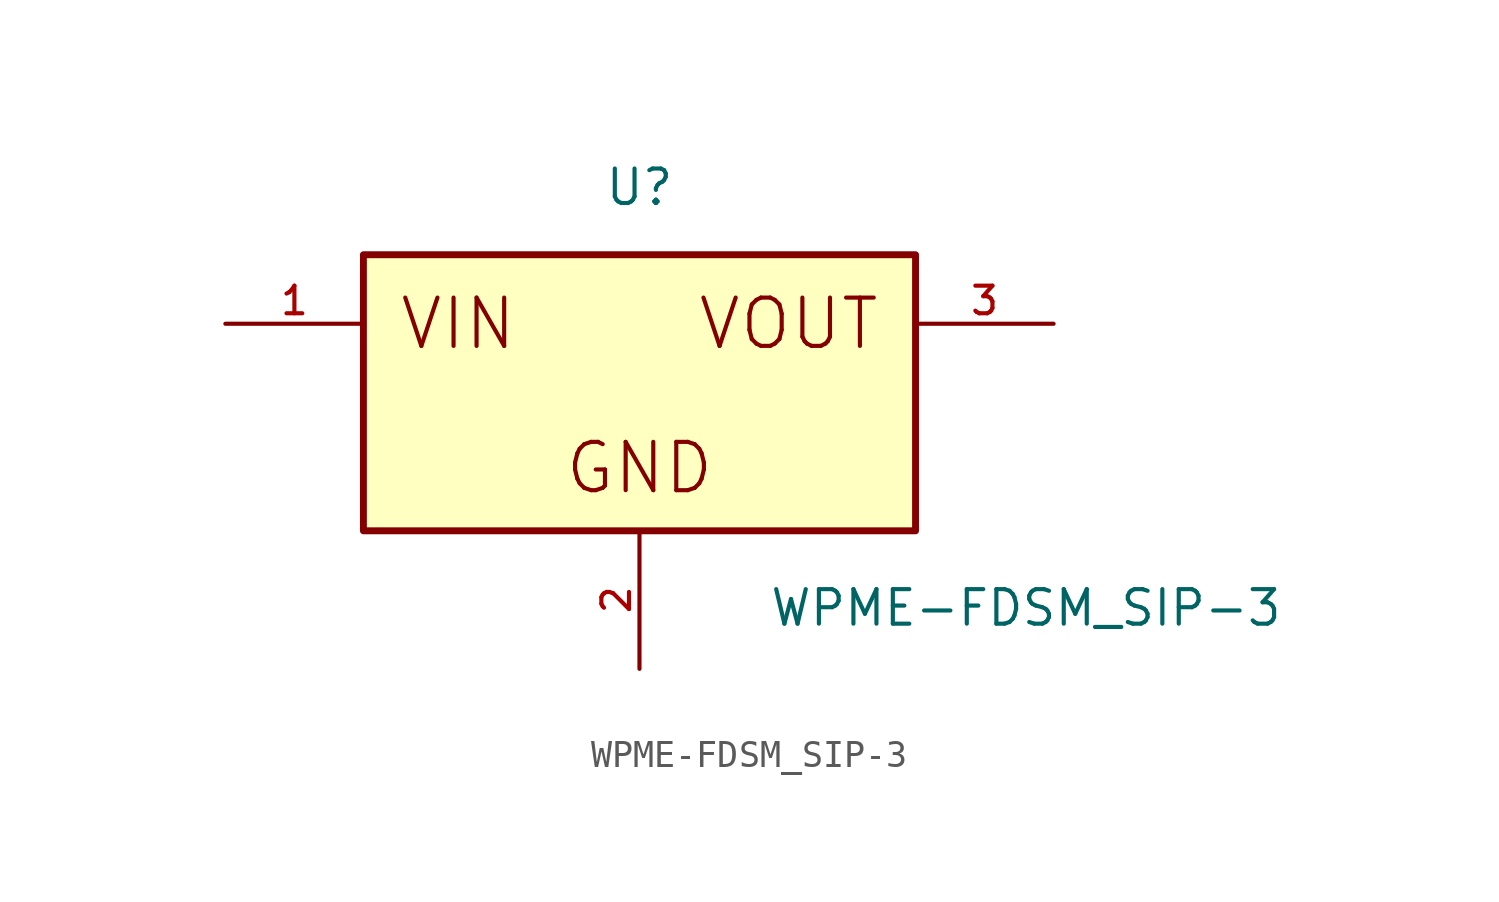
<source format=kicad_sym>
(kicad_symbol_lib
  (version 20241209)
  (generator "kicad_symbol_editor")
  (generator_version "9.0")
  (symbol "WPME-FDSM_SIP-3"
    (pin_names
      (offset 1.016))
    (property "Reference" "U"
      (at 0 6.82 0)
      (effects (font (size 1.27 1.27)) (justify bottom)))
    (property "Value" "WPME-FDSM_SIP-3"
      (at 4.75 -8.66 0)
      (effects (font (size 1.27 1.27)) (justify left bottom)))
    (symbol "WPME-FDSM_SIP-3_0_0"
      (rectangle (start -10.16 -5.08) (end 10.16 5.08) (stroke (width 0.254) (type default)) (fill (type background)))
      (text "VIN" (at -8.89 2.54 0) (effects (font (size 1.778 1.778)) (justify left)))
      (text "GND" (at 0 -3.81 0) (effects (font (size 1.778 1.778)) (justify bottom)))
      (text "VOUT" (at 8.89 2.54 0) (effects (font (size 1.778 1.778)) (justify right)))
      (pin passive line (at -15.24 2.54 0) (length 5.08) (name "~" (effects (font (size 1.016 1.016)))) (number "1" (effects (font (size 1.016 1.016)))))
      (pin passive line (at 0 -10.16 90) (length 5.08) (name "~" (effects (font (size 1.016 1.016)))) (number "2" (effects (font (size 1.016 1.016)))))
      (pin passive line (at 15.24 2.54 180) (length 5.08) (name "~" (effects (font (size 1.016 1.016)))) (number "3" (effects (font (size 1.016 1.016))))))))
</source>
